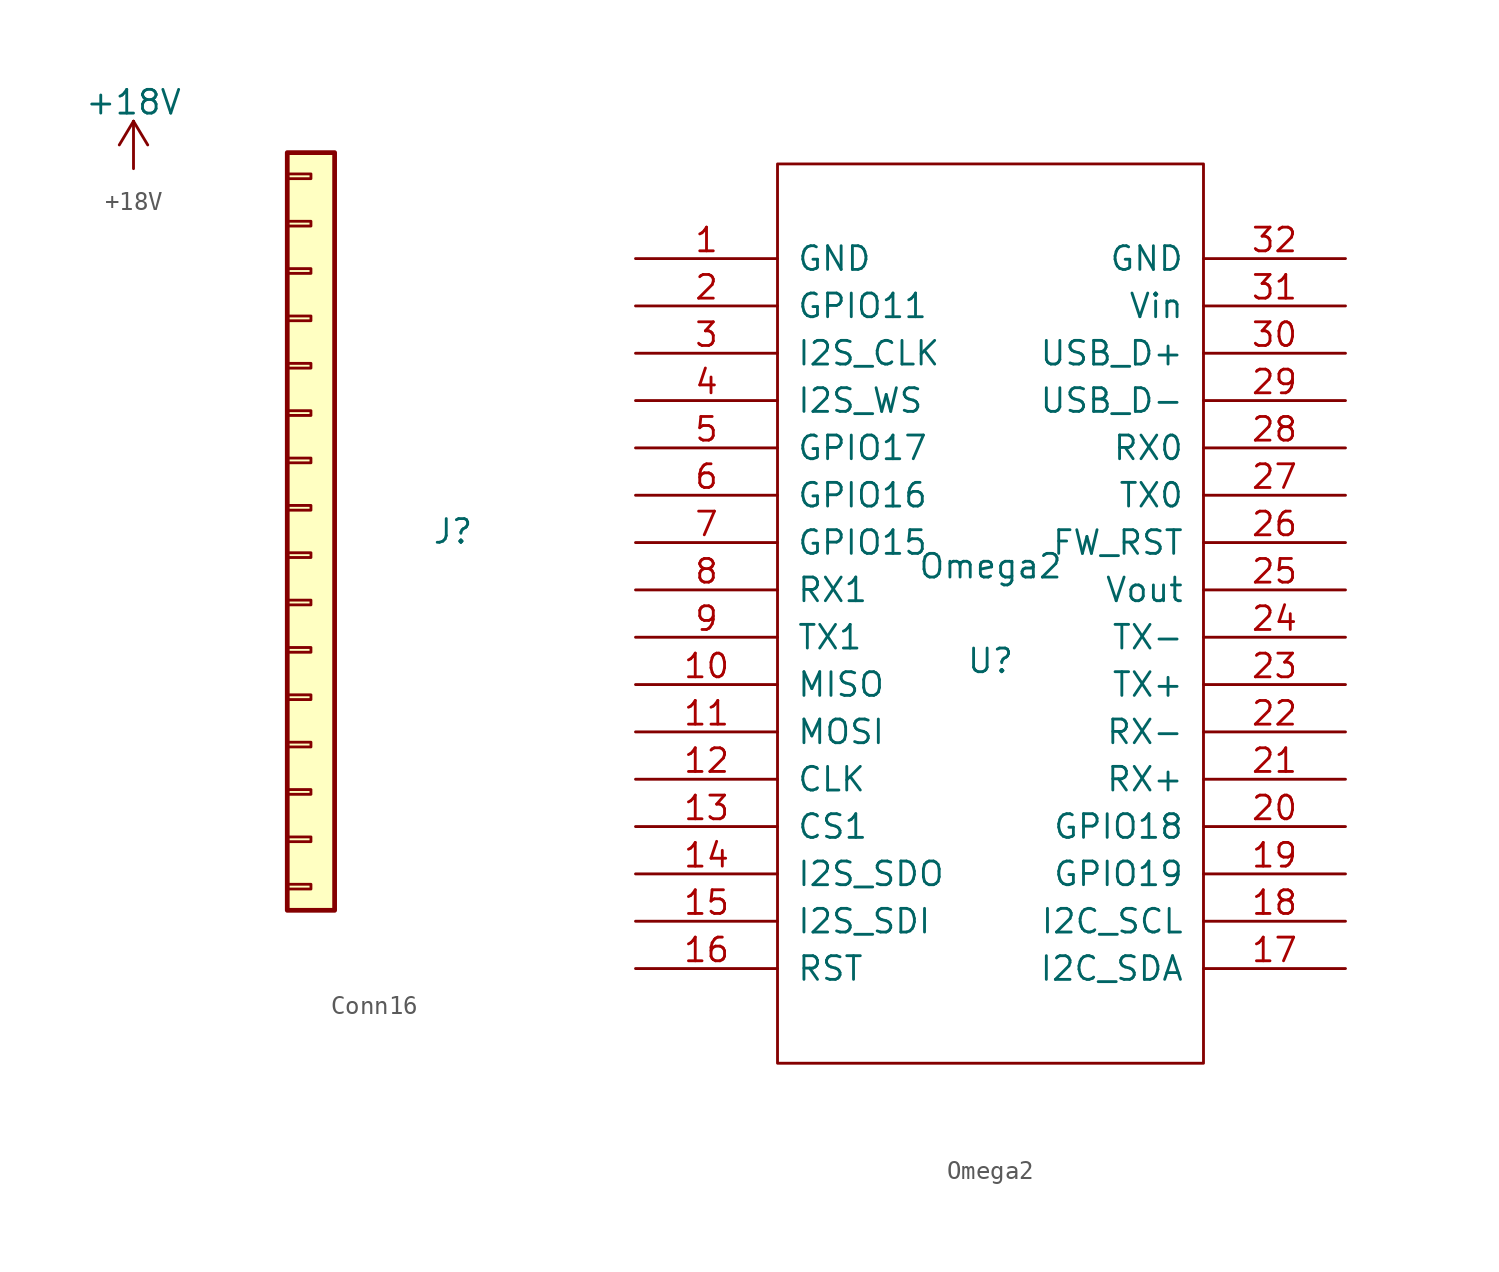
<source format=kicad_sym>
(kicad_symbol_lib
  (version 20220914)
  (generator kicad_symbol_editor)
  (symbol "+18V"
    (power)
    (pin_names
      (offset 0))
    (property "Reference" "#PWR"
      (at 0 -3.81 0)
      (effects (font (size 1.27 1.27)) hide))
    (property "Value" "+18V"
      (at 0 3.556 0)
      (effects (font (size 1.27 1.27))))
    (symbol "+18V_0_1"
      (polyline (pts (xy -0.762 1.27) (xy 0 2.54)) (stroke (width 0) (type default)) (fill (type none)))
      (polyline (pts (xy 0 0) (xy 0 2.54)) (stroke (width 0) (type default)) (fill (type none)))
      (polyline (pts (xy 0 2.54) (xy 0.762 1.27)) (stroke (width 0) (type default)) (fill (type none))))
    (symbol "+18V_1_1"
      (pin power_in line (at 0 0 90) (length 0) hide (name "+18V" (effects (font (size 1.27 1.27)))) (number "1" (effects (font (size 1.27 1.27)))))))
  (symbol "Conn16"
    (pin_numbers hide)
    (pin_names
      (offset 0) hide)
    (property "Reference" "J"
      (at 7.62 0 0)
      (effects (font (size 1.27 1.27))))
    (property "Value" ""
      (at 0 0 0)
      (effects (font (size 1.27 1.27))))
    (symbol "Conn16_1_1"
      (rectangle (start -1.27 -18.923) (end 0 -19.177) (stroke (width 0.152) (type default)) (fill (type none)))
      (rectangle (start -1.27 -16.383) (end 0 -16.637) (stroke (width 0.152) (type default)) (fill (type none)))
      (rectangle (start -1.27 -13.843) (end 0 -14.097) (stroke (width 0.152) (type default)) (fill (type none)))
      (rectangle (start -1.27 -11.303) (end 0 -11.557) (stroke (width 0.152) (type default)) (fill (type none)))
      (rectangle (start -1.27 -8.763) (end 0 -9.017) (stroke (width 0.152) (type default)) (fill (type none)))
      (rectangle (start -1.27 -6.223) (end 0 -6.477) (stroke (width 0.152) (type default)) (fill (type none)))
      (rectangle (start -1.27 -3.683) (end 0 -3.937) (stroke (width 0.152) (type default)) (fill (type none)))
      (rectangle (start -1.27 -1.143) (end 0 -1.397) (stroke (width 0.152) (type default)) (fill (type none)))
      (rectangle (start -1.27 1.397) (end 0 1.143) (stroke (width 0.152) (type default)) (fill (type none)))
      (rectangle (start -1.27 3.937) (end 0 3.683) (stroke (width 0.152) (type default)) (fill (type none)))
      (rectangle (start -1.27 6.477) (end 0 6.223) (stroke (width 0.152) (type default)) (fill (type none)))
      (rectangle (start -1.27 9.017) (end 0 8.763) (stroke (width 0.152) (type default)) (fill (type none)))
      (rectangle (start -1.27 11.557) (end 0 11.303) (stroke (width 0.152) (type default)) (fill (type none)))
      (rectangle (start -1.27 14.097) (end 0 13.843) (stroke (width 0.152) (type default)) (fill (type none)))
      (rectangle (start -1.27 16.637) (end 0 16.383) (stroke (width 0.152) (type default)) (fill (type none)))
      (rectangle (start -1.27 19.177) (end 0 18.923) (stroke (width 0.152) (type default)) (fill (type none)))
      (rectangle (start -1.27 20.32) (end 1.27 -20.32) (stroke (width 0.254) (type default)) (fill (type background)))))
  (symbol "Omega2"
    (pin_names
      (offset 1.016))
    (property "Reference" "U"
      (at 0 -2.54 0)
      (effects (font (size 1.27 1.27))))
    (property "Value" "Omega2"
      (at 0 2.54 0)
      (effects (font (size 1.27 1.27))))
    (symbol "Omega2_1_0"
      (rectangle (start -11.43 -24.13) (end 11.43 24.13) (stroke (width 0) (type solid)) (fill (type none))))
    (symbol "Omega2_1_1"
      (pin power_in line (at -19.05 19.05 0) (length 7.62) (name "GND" (effects (font (size 1.27 1.27)))) (number "1" (effects (font (size 1.27 1.27)))))
      (pin input line (at -19.05 -3.81 0) (length 7.62) (name "MISO" (effects (font (size 1.27 1.27)))) (number "10" (effects (font (size 1.27 1.27)))))
      (pin output line (at -19.05 -6.35 0) (length 7.62) (name "MOSI" (effects (font (size 1.27 1.27)))) (number "11" (effects (font (size 1.27 1.27)))))
      (pin output line (at -19.05 -8.89 0) (length 7.62) (name "CLK" (effects (font (size 1.27 1.27)))) (number "12" (effects (font (size 1.27 1.27)))))
      (pin output line (at -19.05 -11.43 0) (length 7.62) (name "CS1" (effects (font (size 1.27 1.27)))) (number "13" (effects (font (size 1.27 1.27)))))
      (pin output line (at -19.05 -13.97 0) (length 7.62) (name "I2S_SDO" (effects (font (size 1.27 1.27)))) (number "14" (effects (font (size 1.27 1.27)))))
      (pin input line (at -19.05 -16.51 0) (length 7.62) (name "I2S_SDI" (effects (font (size 1.27 1.27)))) (number "15" (effects (font (size 1.27 1.27)))))
      (pin input line (at -19.05 -19.05 0) (length 7.62) (name "RST" (effects (font (size 1.27 1.27)))) (number "16" (effects (font (size 1.27 1.27)))))
      (pin bidirectional line (at 19.05 -19.05 180) (length 7.62) (name "I2C_SDA" (effects (font (size 1.27 1.27)))) (number "17" (effects (font (size 1.27 1.27)))))
      (pin bidirectional line (at 19.05 -16.51 180) (length 7.62) (name "I2C_SCL" (effects (font (size 1.27 1.27)))) (number "18" (effects (font (size 1.27 1.27)))))
      (pin open_collector line (at 19.05 -13.97 180) (length 7.62) (name "GPIO19" (effects (font (size 1.27 1.27)))) (number "19" (effects (font (size 1.27 1.27)))))
      (pin open_collector line (at -19.05 16.51 0) (length 7.62) (name "GPIO11" (effects (font (size 1.27 1.27)))) (number "2" (effects (font (size 1.27 1.27)))))
      (pin open_collector line (at 19.05 -11.43 180) (length 7.62) (name "GPIO18" (effects (font (size 1.27 1.27)))) (number "20" (effects (font (size 1.27 1.27)))))
      (pin input line (at 19.05 -8.89 180) (length 7.62) (name "RX+" (effects (font (size 1.27 1.27)))) (number "21" (effects (font (size 1.27 1.27)))))
      (pin input line (at 19.05 -6.35 180) (length 7.62) (name "RX-" (effects (font (size 1.27 1.27)))) (number "22" (effects (font (size 1.27 1.27)))))
      (pin output line (at 19.05 -3.81 180) (length 7.62) (name "TX+" (effects (font (size 1.27 1.27)))) (number "23" (effects (font (size 1.27 1.27)))))
      (pin output line (at 19.05 -1.27 180) (length 7.62) (name "TX-" (effects (font (size 1.27 1.27)))) (number "24" (effects (font (size 1.27 1.27)))))
      (pin power_in line (at 19.05 1.27 180) (length 7.62) (name "Vout" (effects (font (size 1.27 1.27)))) (number "25" (effects (font (size 1.27 1.27)))))
      (pin output line (at 19.05 3.81 180) (length 7.62) (name "FW_RST" (effects (font (size 1.27 1.27)))) (number "26" (effects (font (size 1.27 1.27)))))
      (pin output line (at 19.05 6.35 180) (length 7.62) (name "TX0" (effects (font (size 1.27 1.27)))) (number "27" (effects (font (size 1.27 1.27)))))
      (pin input line (at 19.05 8.89 180) (length 7.62) (name "RX0" (effects (font (size 1.27 1.27)))) (number "28" (effects (font (size 1.27 1.27)))))
      (pin tri_state line (at 19.05 11.43 180) (length 7.62) (name "USB_D-" (effects (font (size 1.27 1.27)))) (number "29" (effects (font (size 1.27 1.27)))))
      (pin open_collector line (at -19.05 13.97 0) (length 7.62) (name "I2S_CLK" (effects (font (size 1.27 1.27)))) (number "3" (effects (font (size 1.27 1.27)))))
      (pin tri_state line (at 19.05 13.97 180) (length 7.62) (name "USB_D+" (effects (font (size 1.27 1.27)))) (number "30" (effects (font (size 1.27 1.27)))))
      (pin power_in line (at 19.05 16.51 180) (length 7.62) (name "Vin" (effects (font (size 1.27 1.27)))) (number "31" (effects (font (size 1.27 1.27)))))
      (pin power_in line (at 19.05 19.05 180) (length 7.62) (name "GND" (effects (font (size 1.27 1.27)))) (number "32" (effects (font (size 1.27 1.27)))))
      (pin open_collector line (at -19.05 11.43 0) (length 7.62) (name "I2S_WS" (effects (font (size 1.27 1.27)))) (number "4" (effects (font (size 1.27 1.27)))))
      (pin open_collector line (at -19.05 8.89 0) (length 7.62) (name "GPIO17" (effects (font (size 1.27 1.27)))) (number "5" (effects (font (size 1.27 1.27)))))
      (pin open_collector line (at -19.05 6.35 0) (length 7.62) (name "GPIO16" (effects (font (size 1.27 1.27)))) (number "6" (effects (font (size 1.27 1.27)))))
      (pin open_collector line (at -19.05 3.81 0) (length 7.62) (name "GPIO15" (effects (font (size 1.27 1.27)))) (number "7" (effects (font (size 1.27 1.27)))))
      (pin input line (at -19.05 1.27 0) (length 7.62) (name "RX1" (effects (font (size 1.27 1.27)))) (number "8" (effects (font (size 1.27 1.27)))))
      (pin output line (at -19.05 -1.27 0) (length 7.62) (name "TX1" (effects (font (size 1.27 1.27)))) (number "9" (effects (font (size 1.27 1.27))))))))
</source>
